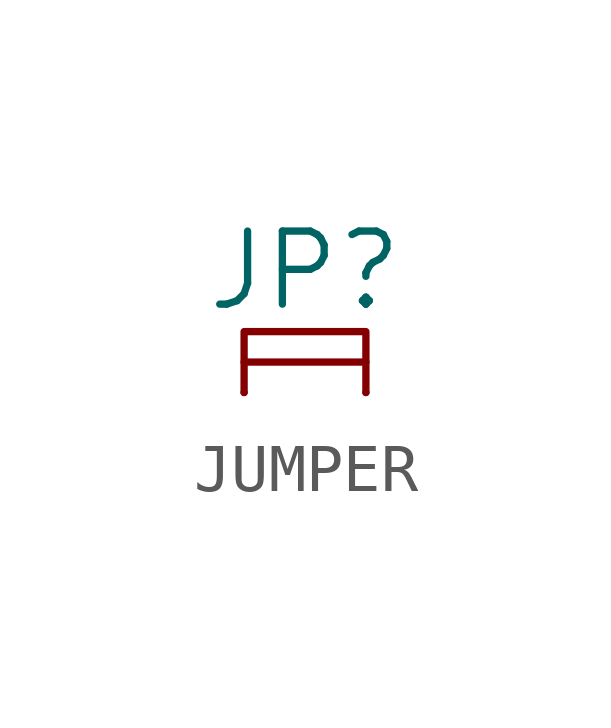
<source format=kicad_sym>
(kicad_symbol_lib
  (version 20211014)
  (generator kicad_symbol_editor)
  (symbol "JUMPER"
    (pin_numbers hide)
    (pin_names
      (offset 1.016) hide)
    (property "Reference" "JP"
      (at 0 2.54 0)
      (effects (font (size 1.524 1.524))))
    (property "Footprint" ""
      (at -0.635 0 0)
      (effects (font (size 1.524 1.524))))
    (property "Datasheet" ""
      (at -0.635 0 0)
      (effects (font (size 1.524 1.524))))
    (symbol "JUMPER_0_1"
      (polyline (pts (xy -1.27 0) (xy -1.27 0.635) (xy 1.27 0.635) (xy 1.27 0)) (stroke (width 0) (type default) (color 0 0 0 0)) (fill (type none)))
      (polyline (pts (xy -1.27 0.635) (xy -1.27 1.27) (xy 1.27 1.27) (xy 1.27 0.635)) (stroke (width 0) (type default) (color 0 0 0 0)) (fill (type none))))
    (symbol "JUMPER_1_1"
      (pin passive line (at 1.27 0 0) (length 0) (name "1" (effects (font (size 1.27 1.27)))) (number "1" (effects (font (size 1.27 1.27)))))
      (pin passive line (at -1.27 0 0) (length 0) (name "2" (effects (font (size 1.27 1.27)))) (number "2" (effects (font (size 1.27 1.27))))))))
</source>
